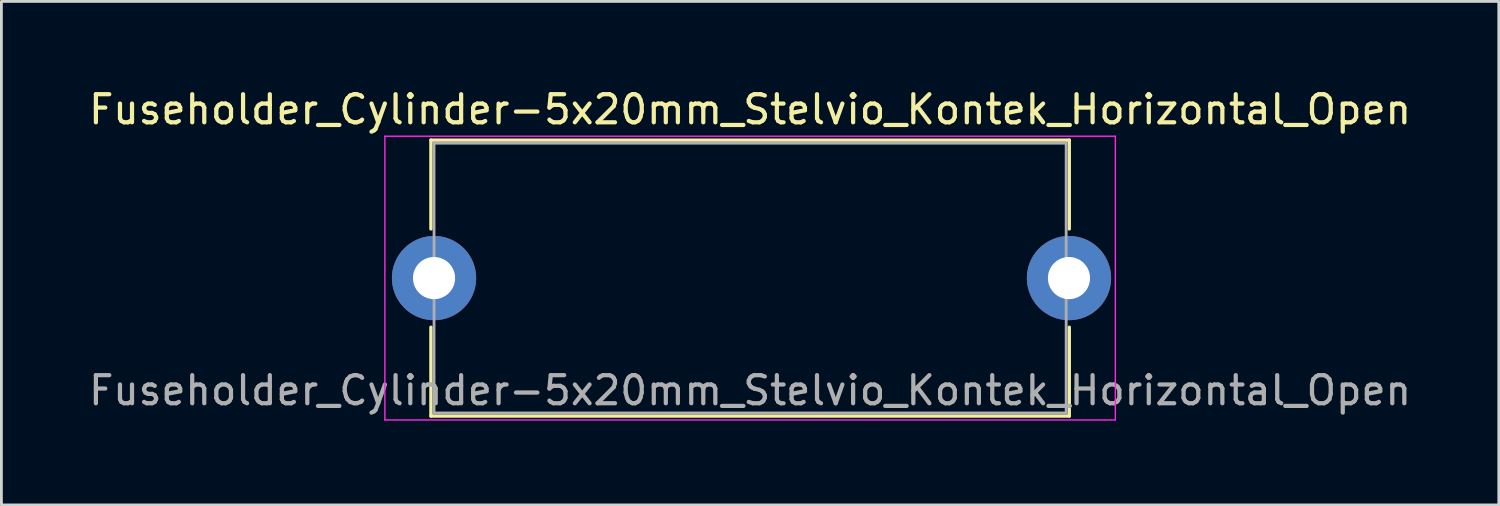
<source format=kicad_pcb>
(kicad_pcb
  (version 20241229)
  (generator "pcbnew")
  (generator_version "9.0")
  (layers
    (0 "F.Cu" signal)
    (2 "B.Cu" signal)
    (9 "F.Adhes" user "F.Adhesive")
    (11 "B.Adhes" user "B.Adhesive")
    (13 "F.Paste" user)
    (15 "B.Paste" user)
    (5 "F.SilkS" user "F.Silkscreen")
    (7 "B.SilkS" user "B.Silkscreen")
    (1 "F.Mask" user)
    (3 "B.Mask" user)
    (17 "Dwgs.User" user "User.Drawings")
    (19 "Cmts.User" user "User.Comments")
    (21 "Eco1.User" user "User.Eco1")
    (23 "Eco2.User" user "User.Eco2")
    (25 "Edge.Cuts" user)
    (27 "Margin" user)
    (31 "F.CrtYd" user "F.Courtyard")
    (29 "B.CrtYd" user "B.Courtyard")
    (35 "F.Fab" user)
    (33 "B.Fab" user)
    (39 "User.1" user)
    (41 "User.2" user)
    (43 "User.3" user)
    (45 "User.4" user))
  (footprint "Fuseholder_Cylinder-5x20mm_Stelvio_Kontek_Horizontal_Open"
    (layer "F.Cu")
    (at 12.399 6.848)
    (property "Reference" "Fuseholder_Cylinder-5x20mm_Stelvio_Kontek_Horizontal_Open" (at 11.25 -6 0) (layer "F.SilkS") (effects (font (size 1 1) (thickness 0.15))))
    (attr through_hole)
    (fp_line (start -0.11 -4.91) (end 22.61 -4.91) (stroke (width 0.12) (type solid)) (layer "F.SilkS"))
    (fp_line (start -0.11 -1.75) (end -0.11 -4.91) (stroke (width 0.12) (type solid)) (layer "F.SilkS"))
    (fp_line (start -0.11 4.91) (end -0.11 1.75) (stroke (width 0.12) (type solid)) (layer "F.SilkS"))
    (fp_line (start -0.11 4.91) (end 22.61 4.91) (stroke (width 0.12) (type solid)) (layer "F.SilkS"))
    (fp_line (start 22.61 -1.75) (end 22.61 -4.91) (stroke (width 0.12) (type solid)) (layer "F.SilkS"))
    (fp_line (start 22.61 4.91) (end 22.61 1.75) (stroke (width 0.12) (type solid)) (layer "F.SilkS"))
    (fp_line (start -1.75 -5.05) (end 24.25 -5.05) (stroke (width 0.05) (type solid)) (layer "F.CrtYd"))
    (fp_line (start -1.75 5.05) (end -1.75 -5.05) (stroke (width 0.05) (type solid)) (layer "F.CrtYd"))
    (fp_line (start 24.25 -5.05) (end 24.25 5.05) (stroke (width 0.05) (type solid)) (layer "F.CrtYd"))
    (fp_line (start 24.25 5.05) (end -1.75 5.05) (stroke (width 0.05) (type solid)) (layer "F.CrtYd"))
    (fp_line (start 0 -4.8) (end 0 4.8) (stroke (width 0.1) (type solid)) (layer "F.Fab"))
    (fp_line (start 0 4.8) (end 22.5 4.8) (stroke (width 0.1) (type solid)) (layer "F.Fab"))
    (fp_line (start 22.5 -4.8) (end 0 -4.8) (stroke (width 0.1) (type solid)) (layer "F.Fab"))
    (fp_line (start 22.5 4.8) (end 22.5 -4.8) (stroke (width 0.1) (type solid)) (layer "F.Fab"))
    (fp_text user "${REFERENCE}" (at 11.25 4 0) (layer "F.Fab") (effects (font (size 1 1) (thickness 0.15))))
    (pad "1" thru_hole circle (at 0 0) (size 3 3) (drill 1.5) (layers "*.Cu" "*.Mask"))
    (pad "2" thru_hole circle (at 22.6 0) (size 3 3) (drill 1.5) (layers "*.Cu" "*.Mask")))
  (gr_rect
    (start -3 -3)
    (end 50.298 14.923)
    (stroke (width 0.1) (type default))
    (fill no)
    (layer "Edge.Cuts")))
</source>
